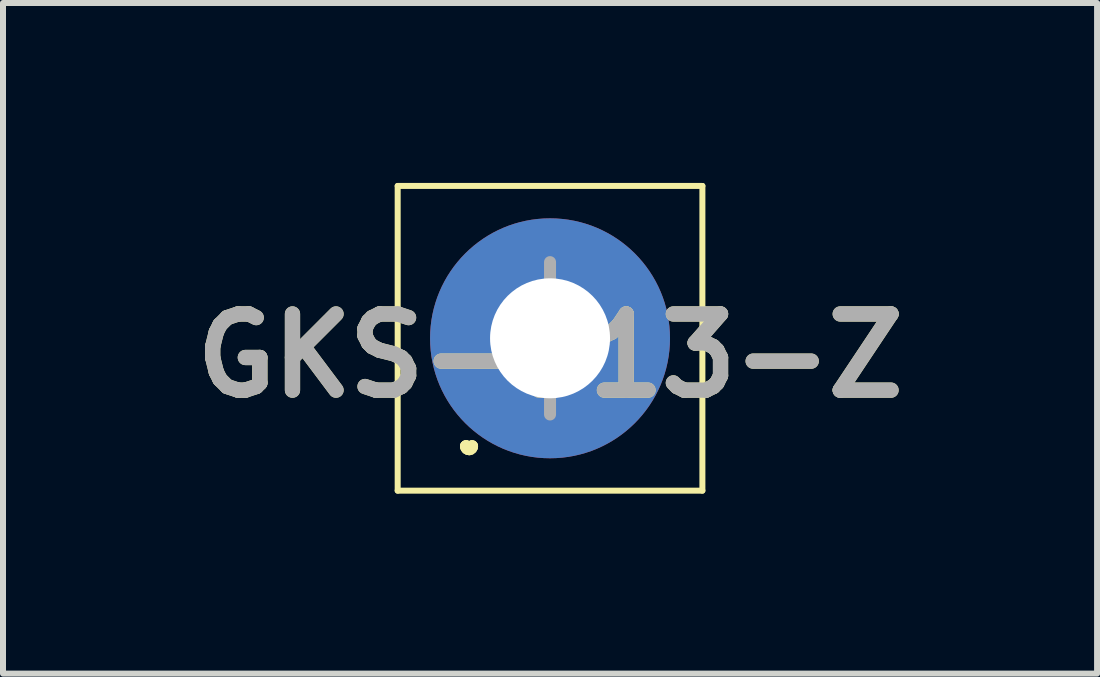
<source format=kicad_pcb>
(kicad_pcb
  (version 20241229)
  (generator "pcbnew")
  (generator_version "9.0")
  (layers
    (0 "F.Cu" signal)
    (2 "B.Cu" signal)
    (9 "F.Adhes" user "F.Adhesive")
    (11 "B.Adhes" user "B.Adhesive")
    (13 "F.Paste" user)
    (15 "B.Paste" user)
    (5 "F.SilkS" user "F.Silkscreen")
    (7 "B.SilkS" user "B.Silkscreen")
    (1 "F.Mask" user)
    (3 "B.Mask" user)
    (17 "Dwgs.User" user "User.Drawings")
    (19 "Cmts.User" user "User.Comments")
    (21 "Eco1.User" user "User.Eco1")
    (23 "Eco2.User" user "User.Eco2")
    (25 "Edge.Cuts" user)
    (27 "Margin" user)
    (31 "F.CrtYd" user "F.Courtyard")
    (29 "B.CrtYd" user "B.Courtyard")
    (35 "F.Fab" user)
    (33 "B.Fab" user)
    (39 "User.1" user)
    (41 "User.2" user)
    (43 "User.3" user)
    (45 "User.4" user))
  (footprint "GKS-913-Z"
    (layer "F.Cu")
    (at 6.12 2.59)
    (property "Reference" "GKS-913-Z" (at 0 0.29 0) (layer "F.SilkS") (effects (font (size 1.27 1.27) (thickness 0.254))))
    (attr smd)
    (fp_line (start -2.54 -2.54) (end 2.54 -2.54) (stroke (width 0.1) (type solid)) (layer "F.SilkS"))
    (fp_line (start -2.54 2.54) (end -2.54 -2.54) (stroke (width 0.1) (type solid)) (layer "F.SilkS"))
    (fp_line (start -1.4 1.8) (end -1.4 1.8) (stroke (width 0.2) (type solid)) (layer "F.SilkS"))
    (fp_line (start -1.4 1.8) (end -1.4 1.8) (stroke (width 0.2) (type solid)) (layer "F.SilkS"))
    (fp_line (start -1.3 1.8) (end -1.3 1.8) (stroke (width 0.2) (type solid)) (layer "F.SilkS"))
    (fp_line (start 2.54 -2.54) (end 2.54 2.54) (stroke (width 0.1) (type solid)) (layer "F.SilkS"))
    (fp_line (start 2.54 2.54) (end -2.54 2.54) (stroke (width 0.1) (type solid)) (layer "F.SilkS"))
    (fp_arc (start -1.3 1.8) (mid -1.35 1.85) (end -1.4 1.8) (stroke (width 0.2) (type solid)) (layer "F.SilkS"))
    (fp_arc (start -1.3 1.8) (mid -1.35 1.85) (end -1.4 1.8) (stroke (width 0.2) (type solid)) (layer "F.SilkS"))
    (fp_line (start 0 1.27) (end 0 -1.27) (stroke (width 0.2) (type solid)) (layer "F.Fab"))
    (fp_text user "${REFERENCE}" (at 0 0.29 0) (layer "F.Fab") (effects (font (size 1.27 1.27) (thickness 0.254))))
    (pad "1" thru_hole circle (at 0 0 90) (size 4 4) (drill 2) (layers "*.Cu" "*.Mask")))
  (gr_rect
    (start -3 -3)
    (end 15.24 8.18)
    (stroke (width 0.1) (type default))
    (fill no)
    (layer "Edge.Cuts")))
</source>
